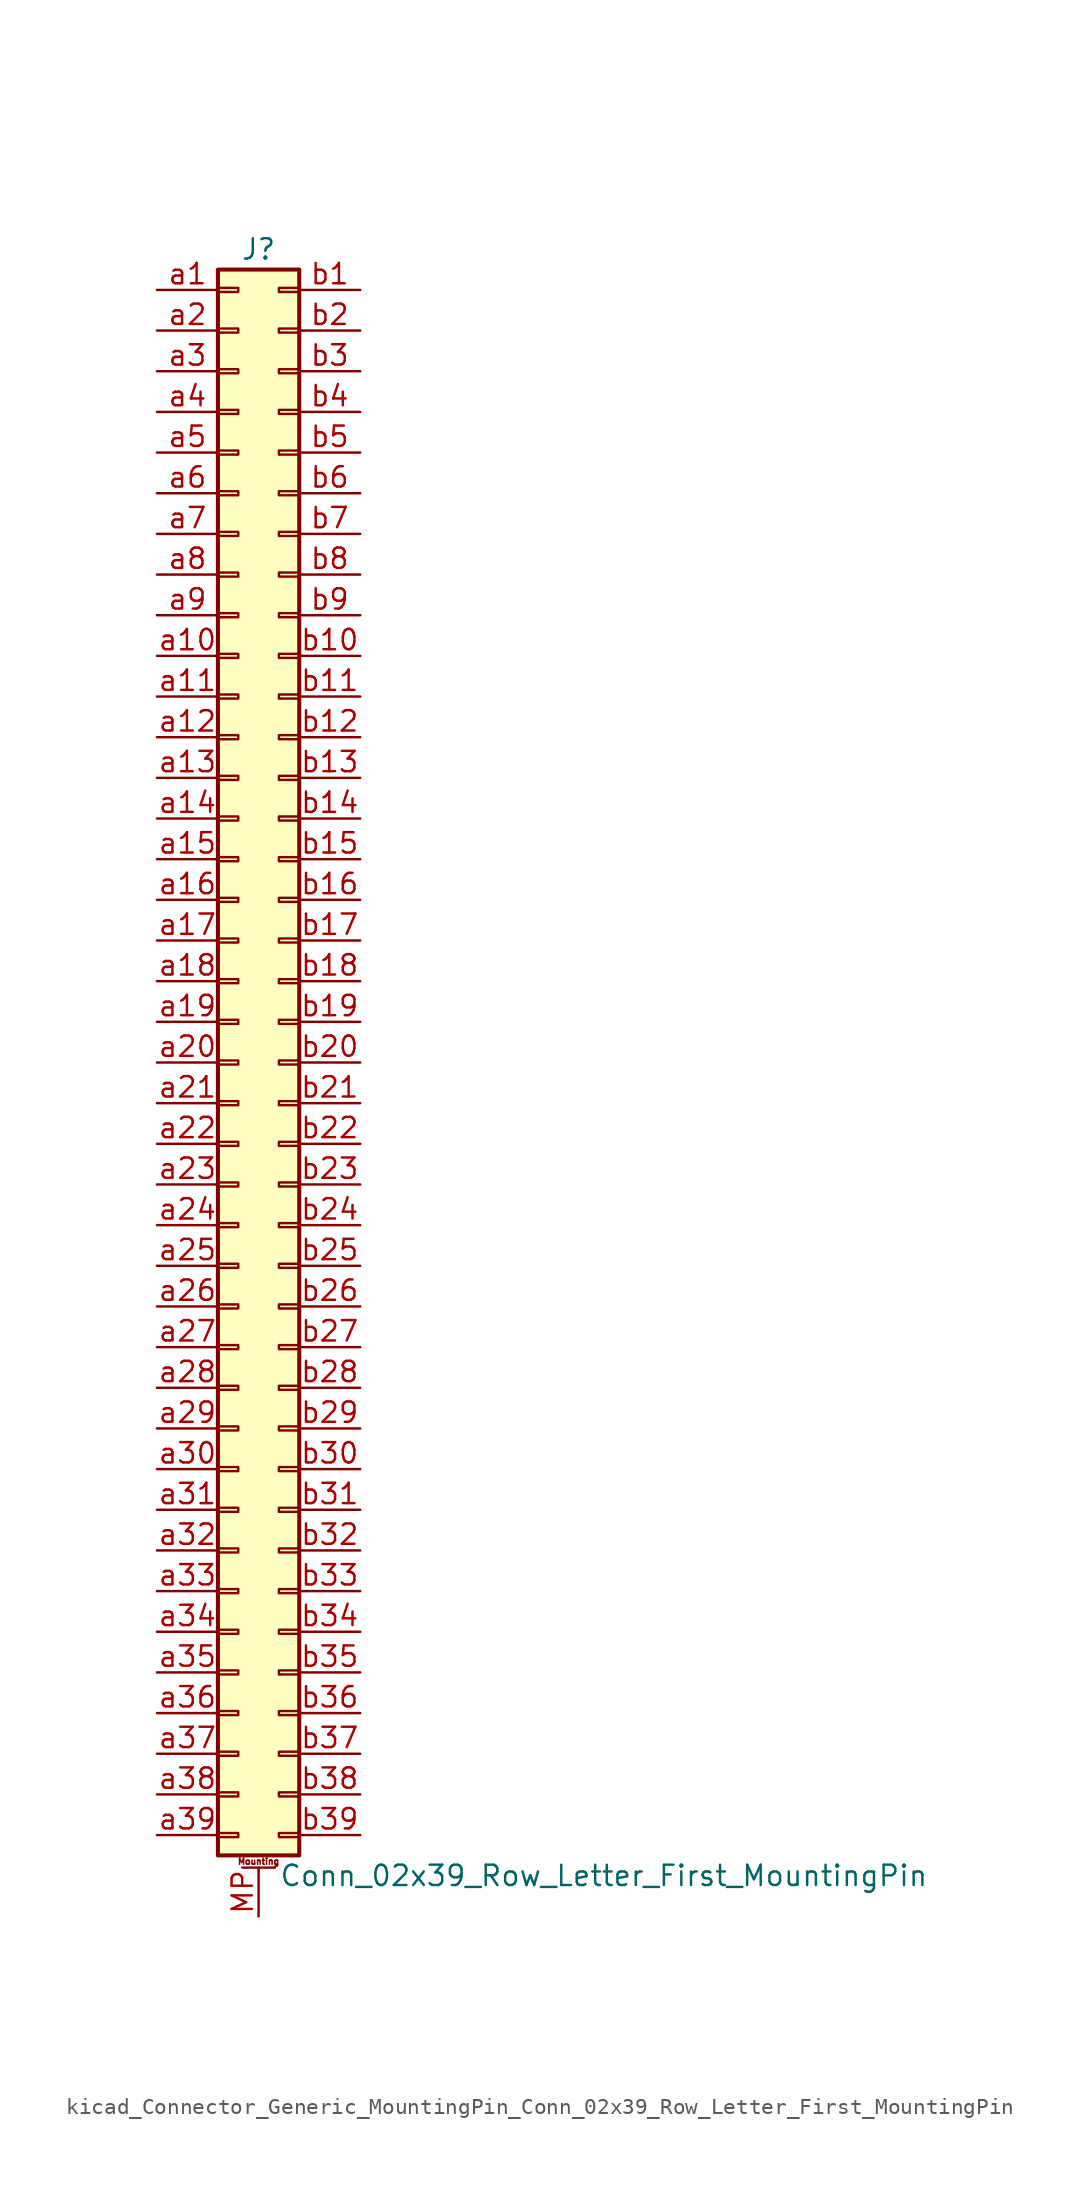
<source format=kicad_sym>
(kicad_symbol_lib
  (version 20220914)
  (generator kicad_symbol_editor)
  (symbol "kicad_Connector_Generic_MountingPin_Conn_02x39_Row_Letter_First_MountingPin"
    (pin_names
      (offset 1.016) hide)
    (property "Reference" "J"
      (at 1.27 50.8 0)
      (effects (font (size 1.27 1.27))))
    (property "Value" "Conn_02x39_Row_Letter_First_MountingPin"
      (at 2.54 -50.8 0)
      (effects (font (size 1.27 1.27)) (justify left)))
    (symbol "kicad_Connector_Generic_MountingPin_Conn_02x39_Row_Letter_First_MountingPin_1_1"
      (rectangle (start -1.27 -48.133) (end 0 -48.387) (stroke (width 0.152) (type default)) (fill (type none)))
      (rectangle (start -1.27 -45.593) (end 0 -45.847) (stroke (width 0.152) (type default)) (fill (type none)))
      (rectangle (start -1.27 -43.053) (end 0 -43.307) (stroke (width 0.152) (type default)) (fill (type none)))
      (rectangle (start -1.27 -40.513) (end 0 -40.767) (stroke (width 0.152) (type default)) (fill (type none)))
      (rectangle (start -1.27 -37.973) (end 0 -38.227) (stroke (width 0.152) (type default)) (fill (type none)))
      (rectangle (start -1.27 -35.433) (end 0 -35.687) (stroke (width 0.152) (type default)) (fill (type none)))
      (rectangle (start -1.27 -32.893) (end 0 -33.147) (stroke (width 0.152) (type default)) (fill (type none)))
      (rectangle (start -1.27 -30.353) (end 0 -30.607) (stroke (width 0.152) (type default)) (fill (type none)))
      (rectangle (start -1.27 -27.813) (end 0 -28.067) (stroke (width 0.152) (type default)) (fill (type none)))
      (rectangle (start -1.27 -25.273) (end 0 -25.527) (stroke (width 0.152) (type default)) (fill (type none)))
      (rectangle (start -1.27 -22.733) (end 0 -22.987) (stroke (width 0.152) (type default)) (fill (type none)))
      (rectangle (start -1.27 -20.193) (end 0 -20.447) (stroke (width 0.152) (type default)) (fill (type none)))
      (rectangle (start -1.27 -17.653) (end 0 -17.907) (stroke (width 0.152) (type default)) (fill (type none)))
      (rectangle (start -1.27 -15.113) (end 0 -15.367) (stroke (width 0.152) (type default)) (fill (type none)))
      (rectangle (start -1.27 -12.573) (end 0 -12.827) (stroke (width 0.152) (type default)) (fill (type none)))
      (rectangle (start -1.27 -10.033) (end 0 -10.287) (stroke (width 0.152) (type default)) (fill (type none)))
      (rectangle (start -1.27 -7.493) (end 0 -7.747) (stroke (width 0.152) (type default)) (fill (type none)))
      (rectangle (start -1.27 -4.953) (end 0 -5.207) (stroke (width 0.152) (type default)) (fill (type none)))
      (rectangle (start -1.27 -2.413) (end 0 -2.667) (stroke (width 0.152) (type default)) (fill (type none)))
      (rectangle (start -1.27 0.127) (end 0 -0.127) (stroke (width 0.152) (type default)) (fill (type none)))
      (rectangle (start -1.27 2.667) (end 0 2.413) (stroke (width 0.152) (type default)) (fill (type none)))
      (rectangle (start -1.27 5.207) (end 0 4.953) (stroke (width 0.152) (type default)) (fill (type none)))
      (rectangle (start -1.27 7.747) (end 0 7.493) (stroke (width 0.152) (type default)) (fill (type none)))
      (rectangle (start -1.27 10.287) (end 0 10.033) (stroke (width 0.152) (type default)) (fill (type none)))
      (rectangle (start -1.27 12.827) (end 0 12.573) (stroke (width 0.152) (type default)) (fill (type none)))
      (rectangle (start -1.27 15.367) (end 0 15.113) (stroke (width 0.152) (type default)) (fill (type none)))
      (rectangle (start -1.27 17.907) (end 0 17.653) (stroke (width 0.152) (type default)) (fill (type none)))
      (rectangle (start -1.27 20.447) (end 0 20.193) (stroke (width 0.152) (type default)) (fill (type none)))
      (rectangle (start -1.27 22.987) (end 0 22.733) (stroke (width 0.152) (type default)) (fill (type none)))
      (rectangle (start -1.27 25.527) (end 0 25.273) (stroke (width 0.152) (type default)) (fill (type none)))
      (rectangle (start -1.27 28.067) (end 0 27.813) (stroke (width 0.152) (type default)) (fill (type none)))
      (rectangle (start -1.27 30.607) (end 0 30.353) (stroke (width 0.152) (type default)) (fill (type none)))
      (rectangle (start -1.27 33.147) (end 0 32.893) (stroke (width 0.152) (type default)) (fill (type none)))
      (rectangle (start -1.27 35.687) (end 0 35.433) (stroke (width 0.152) (type default)) (fill (type none)))
      (rectangle (start -1.27 38.227) (end 0 37.973) (stroke (width 0.152) (type default)) (fill (type none)))
      (rectangle (start -1.27 40.767) (end 0 40.513) (stroke (width 0.152) (type default)) (fill (type none)))
      (rectangle (start -1.27 43.307) (end 0 43.053) (stroke (width 0.152) (type default)) (fill (type none)))
      (rectangle (start -1.27 45.847) (end 0 45.593) (stroke (width 0.152) (type default)) (fill (type none)))
      (rectangle (start -1.27 48.387) (end 0 48.133) (stroke (width 0.152) (type default)) (fill (type none)))
      (rectangle (start -1.27 49.53) (end 3.81 -49.53) (stroke (width 0.254) (type default)) (fill (type background)))
      (polyline (pts (xy 0.254 -50.292) (xy 2.286 -50.292)) (stroke (width 0.152) (type default)) (fill (type none)))
      (rectangle (start 3.81 -48.133) (end 2.54 -48.387) (stroke (width 0.152) (type default)) (fill (type none)))
      (rectangle (start 3.81 -45.593) (end 2.54 -45.847) (stroke (width 0.152) (type default)) (fill (type none)))
      (rectangle (start 3.81 -43.053) (end 2.54 -43.307) (stroke (width 0.152) (type default)) (fill (type none)))
      (rectangle (start 3.81 -40.513) (end 2.54 -40.767) (stroke (width 0.152) (type default)) (fill (type none)))
      (rectangle (start 3.81 -37.973) (end 2.54 -38.227) (stroke (width 0.152) (type default)) (fill (type none)))
      (rectangle (start 3.81 -35.433) (end 2.54 -35.687) (stroke (width 0.152) (type default)) (fill (type none)))
      (rectangle (start 3.81 -32.893) (end 2.54 -33.147) (stroke (width 0.152) (type default)) (fill (type none)))
      (rectangle (start 3.81 -30.353) (end 2.54 -30.607) (stroke (width 0.152) (type default)) (fill (type none)))
      (rectangle (start 3.81 -27.813) (end 2.54 -28.067) (stroke (width 0.152) (type default)) (fill (type none)))
      (rectangle (start 3.81 -25.273) (end 2.54 -25.527) (stroke (width 0.152) (type default)) (fill (type none)))
      (rectangle (start 3.81 -22.733) (end 2.54 -22.987) (stroke (width 0.152) (type default)) (fill (type none)))
      (rectangle (start 3.81 -20.193) (end 2.54 -20.447) (stroke (width 0.152) (type default)) (fill (type none)))
      (rectangle (start 3.81 -17.653) (end 2.54 -17.907) (stroke (width 0.152) (type default)) (fill (type none)))
      (rectangle (start 3.81 -15.113) (end 2.54 -15.367) (stroke (width 0.152) (type default)) (fill (type none)))
      (rectangle (start 3.81 -12.573) (end 2.54 -12.827) (stroke (width 0.152) (type default)) (fill (type none)))
      (rectangle (start 3.81 -10.033) (end 2.54 -10.287) (stroke (width 0.152) (type default)) (fill (type none)))
      (rectangle (start 3.81 -7.493) (end 2.54 -7.747) (stroke (width 0.152) (type default)) (fill (type none)))
      (rectangle (start 3.81 -4.953) (end 2.54 -5.207) (stroke (width 0.152) (type default)) (fill (type none)))
      (rectangle (start 3.81 -2.413) (end 2.54 -2.667) (stroke (width 0.152) (type default)) (fill (type none)))
      (rectangle (start 3.81 0.127) (end 2.54 -0.127) (stroke (width 0.152) (type default)) (fill (type none)))
      (rectangle (start 3.81 2.667) (end 2.54 2.413) (stroke (width 0.152) (type default)) (fill (type none)))
      (rectangle (start 3.81 5.207) (end 2.54 4.953) (stroke (width 0.152) (type default)) (fill (type none)))
      (rectangle (start 3.81 7.747) (end 2.54 7.493) (stroke (width 0.152) (type default)) (fill (type none)))
      (rectangle (start 3.81 10.287) (end 2.54 10.033) (stroke (width 0.152) (type default)) (fill (type none)))
      (rectangle (start 3.81 12.827) (end 2.54 12.573) (stroke (width 0.152) (type default)) (fill (type none)))
      (rectangle (start 3.81 15.367) (end 2.54 15.113) (stroke (width 0.152) (type default)) (fill (type none)))
      (rectangle (start 3.81 17.907) (end 2.54 17.653) (stroke (width 0.152) (type default)) (fill (type none)))
      (rectangle (start 3.81 20.447) (end 2.54 20.193) (stroke (width 0.152) (type default)) (fill (type none)))
      (rectangle (start 3.81 22.987) (end 2.54 22.733) (stroke (width 0.152) (type default)) (fill (type none)))
      (rectangle (start 3.81 25.527) (end 2.54 25.273) (stroke (width 0.152) (type default)) (fill (type none)))
      (rectangle (start 3.81 28.067) (end 2.54 27.813) (stroke (width 0.152) (type default)) (fill (type none)))
      (rectangle (start 3.81 30.607) (end 2.54 30.353) (stroke (width 0.152) (type default)) (fill (type none)))
      (rectangle (start 3.81 33.147) (end 2.54 32.893) (stroke (width 0.152) (type default)) (fill (type none)))
      (rectangle (start 3.81 35.687) (end 2.54 35.433) (stroke (width 0.152) (type default)) (fill (type none)))
      (rectangle (start 3.81 38.227) (end 2.54 37.973) (stroke (width 0.152) (type default)) (fill (type none)))
      (rectangle (start 3.81 40.767) (end 2.54 40.513) (stroke (width 0.152) (type default)) (fill (type none)))
      (rectangle (start 3.81 43.307) (end 2.54 43.053) (stroke (width 0.152) (type default)) (fill (type none)))
      (rectangle (start 3.81 45.847) (end 2.54 45.593) (stroke (width 0.152) (type default)) (fill (type none)))
      (rectangle (start 3.81 48.387) (end 2.54 48.133) (stroke (width 0.152) (type default)) (fill (type none)))
      (text "Mounting" (at 1.27 -49.911 0) (effects (font (size 0.381 0.381))))
      (pin passive line (at 1.27 -53.34 90) (length 3.048) (name "MountPin" (effects (font (size 1.27 1.27)))) (number "MP" (effects (font (size 1.27 1.27)))))
      (pin passive line (at -5.08 48.26 0) (length 3.81) (name "Pin_a1" (effects (font (size 1.27 1.27)))) (number "a1" (effects (font (size 1.27 1.27)))))
      (pin passive line (at -5.08 25.4 0) (length 3.81) (name "Pin_a10" (effects (font (size 1.27 1.27)))) (number "a10" (effects (font (size 1.27 1.27)))))
      (pin passive line (at -5.08 22.86 0) (length 3.81) (name "Pin_a11" (effects (font (size 1.27 1.27)))) (number "a11" (effects (font (size 1.27 1.27)))))
      (pin passive line (at -5.08 20.32 0) (length 3.81) (name "Pin_a12" (effects (font (size 1.27 1.27)))) (number "a12" (effects (font (size 1.27 1.27)))))
      (pin passive line (at -5.08 17.78 0) (length 3.81) (name "Pin_a13" (effects (font (size 1.27 1.27)))) (number "a13" (effects (font (size 1.27 1.27)))))
      (pin passive line (at -5.08 15.24 0) (length 3.81) (name "Pin_a14" (effects (font (size 1.27 1.27)))) (number "a14" (effects (font (size 1.27 1.27)))))
      (pin passive line (at -5.08 12.7 0) (length 3.81) (name "Pin_a15" (effects (font (size 1.27 1.27)))) (number "a15" (effects (font (size 1.27 1.27)))))
      (pin passive line (at -5.08 10.16 0) (length 3.81) (name "Pin_a16" (effects (font (size 1.27 1.27)))) (number "a16" (effects (font (size 1.27 1.27)))))
      (pin passive line (at -5.08 7.62 0) (length 3.81) (name "Pin_a17" (effects (font (size 1.27 1.27)))) (number "a17" (effects (font (size 1.27 1.27)))))
      (pin passive line (at -5.08 5.08 0) (length 3.81) (name "Pin_a18" (effects (font (size 1.27 1.27)))) (number "a18" (effects (font (size 1.27 1.27)))))
      (pin passive line (at -5.08 2.54 0) (length 3.81) (name "Pin_a19" (effects (font (size 1.27 1.27)))) (number "a19" (effects (font (size 1.27 1.27)))))
      (pin passive line (at -5.08 45.72 0) (length 3.81) (name "Pin_a2" (effects (font (size 1.27 1.27)))) (number "a2" (effects (font (size 1.27 1.27)))))
      (pin passive line (at -5.08 0 0) (length 3.81) (name "Pin_a20" (effects (font (size 1.27 1.27)))) (number "a20" (effects (font (size 1.27 1.27)))))
      (pin passive line (at -5.08 -2.54 0) (length 3.81) (name "Pin_a21" (effects (font (size 1.27 1.27)))) (number "a21" (effects (font (size 1.27 1.27)))))
      (pin passive line (at -5.08 -5.08 0) (length 3.81) (name "Pin_a22" (effects (font (size 1.27 1.27)))) (number "a22" (effects (font (size 1.27 1.27)))))
      (pin passive line (at -5.08 -7.62 0) (length 3.81) (name "Pin_a23" (effects (font (size 1.27 1.27)))) (number "a23" (effects (font (size 1.27 1.27)))))
      (pin passive line (at -5.08 -10.16 0) (length 3.81) (name "Pin_a24" (effects (font (size 1.27 1.27)))) (number "a24" (effects (font (size 1.27 1.27)))))
      (pin passive line (at -5.08 -12.7 0) (length 3.81) (name "Pin_a25" (effects (font (size 1.27 1.27)))) (number "a25" (effects (font (size 1.27 1.27)))))
      (pin passive line (at -5.08 -15.24 0) (length 3.81) (name "Pin_a26" (effects (font (size 1.27 1.27)))) (number "a26" (effects (font (size 1.27 1.27)))))
      (pin passive line (at -5.08 -17.78 0) (length 3.81) (name "Pin_a27" (effects (font (size 1.27 1.27)))) (number "a27" (effects (font (size 1.27 1.27)))))
      (pin passive line (at -5.08 -20.32 0) (length 3.81) (name "Pin_a28" (effects (font (size 1.27 1.27)))) (number "a28" (effects (font (size 1.27 1.27)))))
      (pin passive line (at -5.08 -22.86 0) (length 3.81) (name "Pin_a29" (effects (font (size 1.27 1.27)))) (number "a29" (effects (font (size 1.27 1.27)))))
      (pin passive line (at -5.08 43.18 0) (length 3.81) (name "Pin_a3" (effects (font (size 1.27 1.27)))) (number "a3" (effects (font (size 1.27 1.27)))))
      (pin passive line (at -5.08 -25.4 0) (length 3.81) (name "Pin_a30" (effects (font (size 1.27 1.27)))) (number "a30" (effects (font (size 1.27 1.27)))))
      (pin passive line (at -5.08 -27.94 0) (length 3.81) (name "Pin_a31" (effects (font (size 1.27 1.27)))) (number "a31" (effects (font (size 1.27 1.27)))))
      (pin passive line (at -5.08 -30.48 0) (length 3.81) (name "Pin_a32" (effects (font (size 1.27 1.27)))) (number "a32" (effects (font (size 1.27 1.27)))))
      (pin passive line (at -5.08 -33.02 0) (length 3.81) (name "Pin_a33" (effects (font (size 1.27 1.27)))) (number "a33" (effects (font (size 1.27 1.27)))))
      (pin passive line (at -5.08 -35.56 0) (length 3.81) (name "Pin_a34" (effects (font (size 1.27 1.27)))) (number "a34" (effects (font (size 1.27 1.27)))))
      (pin passive line (at -5.08 -38.1 0) (length 3.81) (name "Pin_a35" (effects (font (size 1.27 1.27)))) (number "a35" (effects (font (size 1.27 1.27)))))
      (pin passive line (at -5.08 -40.64 0) (length 3.81) (name "Pin_a36" (effects (font (size 1.27 1.27)))) (number "a36" (effects (font (size 1.27 1.27)))))
      (pin passive line (at -5.08 -43.18 0) (length 3.81) (name "Pin_a37" (effects (font (size 1.27 1.27)))) (number "a37" (effects (font (size 1.27 1.27)))))
      (pin passive line (at -5.08 -45.72 0) (length 3.81) (name "Pin_a38" (effects (font (size 1.27 1.27)))) (number "a38" (effects (font (size 1.27 1.27)))))
      (pin passive line (at -5.08 -48.26 0) (length 3.81) (name "Pin_a39" (effects (font (size 1.27 1.27)))) (number "a39" (effects (font (size 1.27 1.27)))))
      (pin passive line (at -5.08 40.64 0) (length 3.81) (name "Pin_a4" (effects (font (size 1.27 1.27)))) (number "a4" (effects (font (size 1.27 1.27)))))
      (pin passive line (at -5.08 38.1 0) (length 3.81) (name "Pin_a5" (effects (font (size 1.27 1.27)))) (number "a5" (effects (font (size 1.27 1.27)))))
      (pin passive line (at -5.08 35.56 0) (length 3.81) (name "Pin_a6" (effects (font (size 1.27 1.27)))) (number "a6" (effects (font (size 1.27 1.27)))))
      (pin passive line (at -5.08 33.02 0) (length 3.81) (name "Pin_a7" (effects (font (size 1.27 1.27)))) (number "a7" (effects (font (size 1.27 1.27)))))
      (pin passive line (at -5.08 30.48 0) (length 3.81) (name "Pin_a8" (effects (font (size 1.27 1.27)))) (number "a8" (effects (font (size 1.27 1.27)))))
      (pin passive line (at -5.08 27.94 0) (length 3.81) (name "Pin_a9" (effects (font (size 1.27 1.27)))) (number "a9" (effects (font (size 1.27 1.27)))))
      (pin passive line (at 7.62 48.26 180) (length 3.81) (name "Pin_b1" (effects (font (size 1.27 1.27)))) (number "b1" (effects (font (size 1.27 1.27)))))
      (pin passive line (at 7.62 25.4 180) (length 3.81) (name "Pin_b10" (effects (font (size 1.27 1.27)))) (number "b10" (effects (font (size 1.27 1.27)))))
      (pin passive line (at 7.62 22.86 180) (length 3.81) (name "Pin_b11" (effects (font (size 1.27 1.27)))) (number "b11" (effects (font (size 1.27 1.27)))))
      (pin passive line (at 7.62 20.32 180) (length 3.81) (name "Pin_b12" (effects (font (size 1.27 1.27)))) (number "b12" (effects (font (size 1.27 1.27)))))
      (pin passive line (at 7.62 17.78 180) (length 3.81) (name "Pin_b13" (effects (font (size 1.27 1.27)))) (number "b13" (effects (font (size 1.27 1.27)))))
      (pin passive line (at 7.62 15.24 180) (length 3.81) (name "Pin_b14" (effects (font (size 1.27 1.27)))) (number "b14" (effects (font (size 1.27 1.27)))))
      (pin passive line (at 7.62 12.7 180) (length 3.81) (name "Pin_b15" (effects (font (size 1.27 1.27)))) (number "b15" (effects (font (size 1.27 1.27)))))
      (pin passive line (at 7.62 10.16 180) (length 3.81) (name "Pin_b16" (effects (font (size 1.27 1.27)))) (number "b16" (effects (font (size 1.27 1.27)))))
      (pin passive line (at 7.62 7.62 180) (length 3.81) (name "Pin_b17" (effects (font (size 1.27 1.27)))) (number "b17" (effects (font (size 1.27 1.27)))))
      (pin passive line (at 7.62 5.08 180) (length 3.81) (name "Pin_b18" (effects (font (size 1.27 1.27)))) (number "b18" (effects (font (size 1.27 1.27)))))
      (pin passive line (at 7.62 2.54 180) (length 3.81) (name "Pin_b19" (effects (font (size 1.27 1.27)))) (number "b19" (effects (font (size 1.27 1.27)))))
      (pin passive line (at 7.62 45.72 180) (length 3.81) (name "Pin_b2" (effects (font (size 1.27 1.27)))) (number "b2" (effects (font (size 1.27 1.27)))))
      (pin passive line (at 7.62 0 180) (length 3.81) (name "Pin_b20" (effects (font (size 1.27 1.27)))) (number "b20" (effects (font (size 1.27 1.27)))))
      (pin passive line (at 7.62 -2.54 180) (length 3.81) (name "Pin_b21" (effects (font (size 1.27 1.27)))) (number "b21" (effects (font (size 1.27 1.27)))))
      (pin passive line (at 7.62 -5.08 180) (length 3.81) (name "Pin_b22" (effects (font (size 1.27 1.27)))) (number "b22" (effects (font (size 1.27 1.27)))))
      (pin passive line (at 7.62 -7.62 180) (length 3.81) (name "Pin_b23" (effects (font (size 1.27 1.27)))) (number "b23" (effects (font (size 1.27 1.27)))))
      (pin passive line (at 7.62 -10.16 180) (length 3.81) (name "Pin_b24" (effects (font (size 1.27 1.27)))) (number "b24" (effects (font (size 1.27 1.27)))))
      (pin passive line (at 7.62 -12.7 180) (length 3.81) (name "Pin_b25" (effects (font (size 1.27 1.27)))) (number "b25" (effects (font (size 1.27 1.27)))))
      (pin passive line (at 7.62 -15.24 180) (length 3.81) (name "Pin_b26" (effects (font (size 1.27 1.27)))) (number "b26" (effects (font (size 1.27 1.27)))))
      (pin passive line (at 7.62 -17.78 180) (length 3.81) (name "Pin_b27" (effects (font (size 1.27 1.27)))) (number "b27" (effects (font (size 1.27 1.27)))))
      (pin passive line (at 7.62 -20.32 180) (length 3.81) (name "Pin_b28" (effects (font (size 1.27 1.27)))) (number "b28" (effects (font (size 1.27 1.27)))))
      (pin passive line (at 7.62 -22.86 180) (length 3.81) (name "Pin_b29" (effects (font (size 1.27 1.27)))) (number "b29" (effects (font (size 1.27 1.27)))))
      (pin passive line (at 7.62 43.18 180) (length 3.81) (name "Pin_b3" (effects (font (size 1.27 1.27)))) (number "b3" (effects (font (size 1.27 1.27)))))
      (pin passive line (at 7.62 -25.4 180) (length 3.81) (name "Pin_b30" (effects (font (size 1.27 1.27)))) (number "b30" (effects (font (size 1.27 1.27)))))
      (pin passive line (at 7.62 -27.94 180) (length 3.81) (name "Pin_b31" (effects (font (size 1.27 1.27)))) (number "b31" (effects (font (size 1.27 1.27)))))
      (pin passive line (at 7.62 -30.48 180) (length 3.81) (name "Pin_b32" (effects (font (size 1.27 1.27)))) (number "b32" (effects (font (size 1.27 1.27)))))
      (pin passive line (at 7.62 -33.02 180) (length 3.81) (name "Pin_b33" (effects (font (size 1.27 1.27)))) (number "b33" (effects (font (size 1.27 1.27)))))
      (pin passive line (at 7.62 -35.56 180) (length 3.81) (name "Pin_b34" (effects (font (size 1.27 1.27)))) (number "b34" (effects (font (size 1.27 1.27)))))
      (pin passive line (at 7.62 -38.1 180) (length 3.81) (name "Pin_b35" (effects (font (size 1.27 1.27)))) (number "b35" (effects (font (size 1.27 1.27)))))
      (pin passive line (at 7.62 -40.64 180) (length 3.81) (name "Pin_b36" (effects (font (size 1.27 1.27)))) (number "b36" (effects (font (size 1.27 1.27)))))
      (pin passive line (at 7.62 -43.18 180) (length 3.81) (name "Pin_b37" (effects (font (size 1.27 1.27)))) (number "b37" (effects (font (size 1.27 1.27)))))
      (pin passive line (at 7.62 -45.72 180) (length 3.81) (name "Pin_b38" (effects (font (size 1.27 1.27)))) (number "b38" (effects (font (size 1.27 1.27)))))
      (pin passive line (at 7.62 -48.26 180) (length 3.81) (name "Pin_b39" (effects (font (size 1.27 1.27)))) (number "b39" (effects (font (size 1.27 1.27)))))
      (pin passive line (at 7.62 40.64 180) (length 3.81) (name "Pin_b4" (effects (font (size 1.27 1.27)))) (number "b4" (effects (font (size 1.27 1.27)))))
      (pin passive line (at 7.62 38.1 180) (length 3.81) (name "Pin_b5" (effects (font (size 1.27 1.27)))) (number "b5" (effects (font (size 1.27 1.27)))))
      (pin passive line (at 7.62 35.56 180) (length 3.81) (name "Pin_b6" (effects (font (size 1.27 1.27)))) (number "b6" (effects (font (size 1.27 1.27)))))
      (pin passive line (at 7.62 33.02 180) (length 3.81) (name "Pin_b7" (effects (font (size 1.27 1.27)))) (number "b7" (effects (font (size 1.27 1.27)))))
      (pin passive line (at 7.62 30.48 180) (length 3.81) (name "Pin_b8" (effects (font (size 1.27 1.27)))) (number "b8" (effects (font (size 1.27 1.27)))))
      (pin passive line (at 7.62 27.94 180) (length 3.81) (name "Pin_b9" (effects (font (size 1.27 1.27)))) (number "b9" (effects (font (size 1.27 1.27))))))))
</source>
